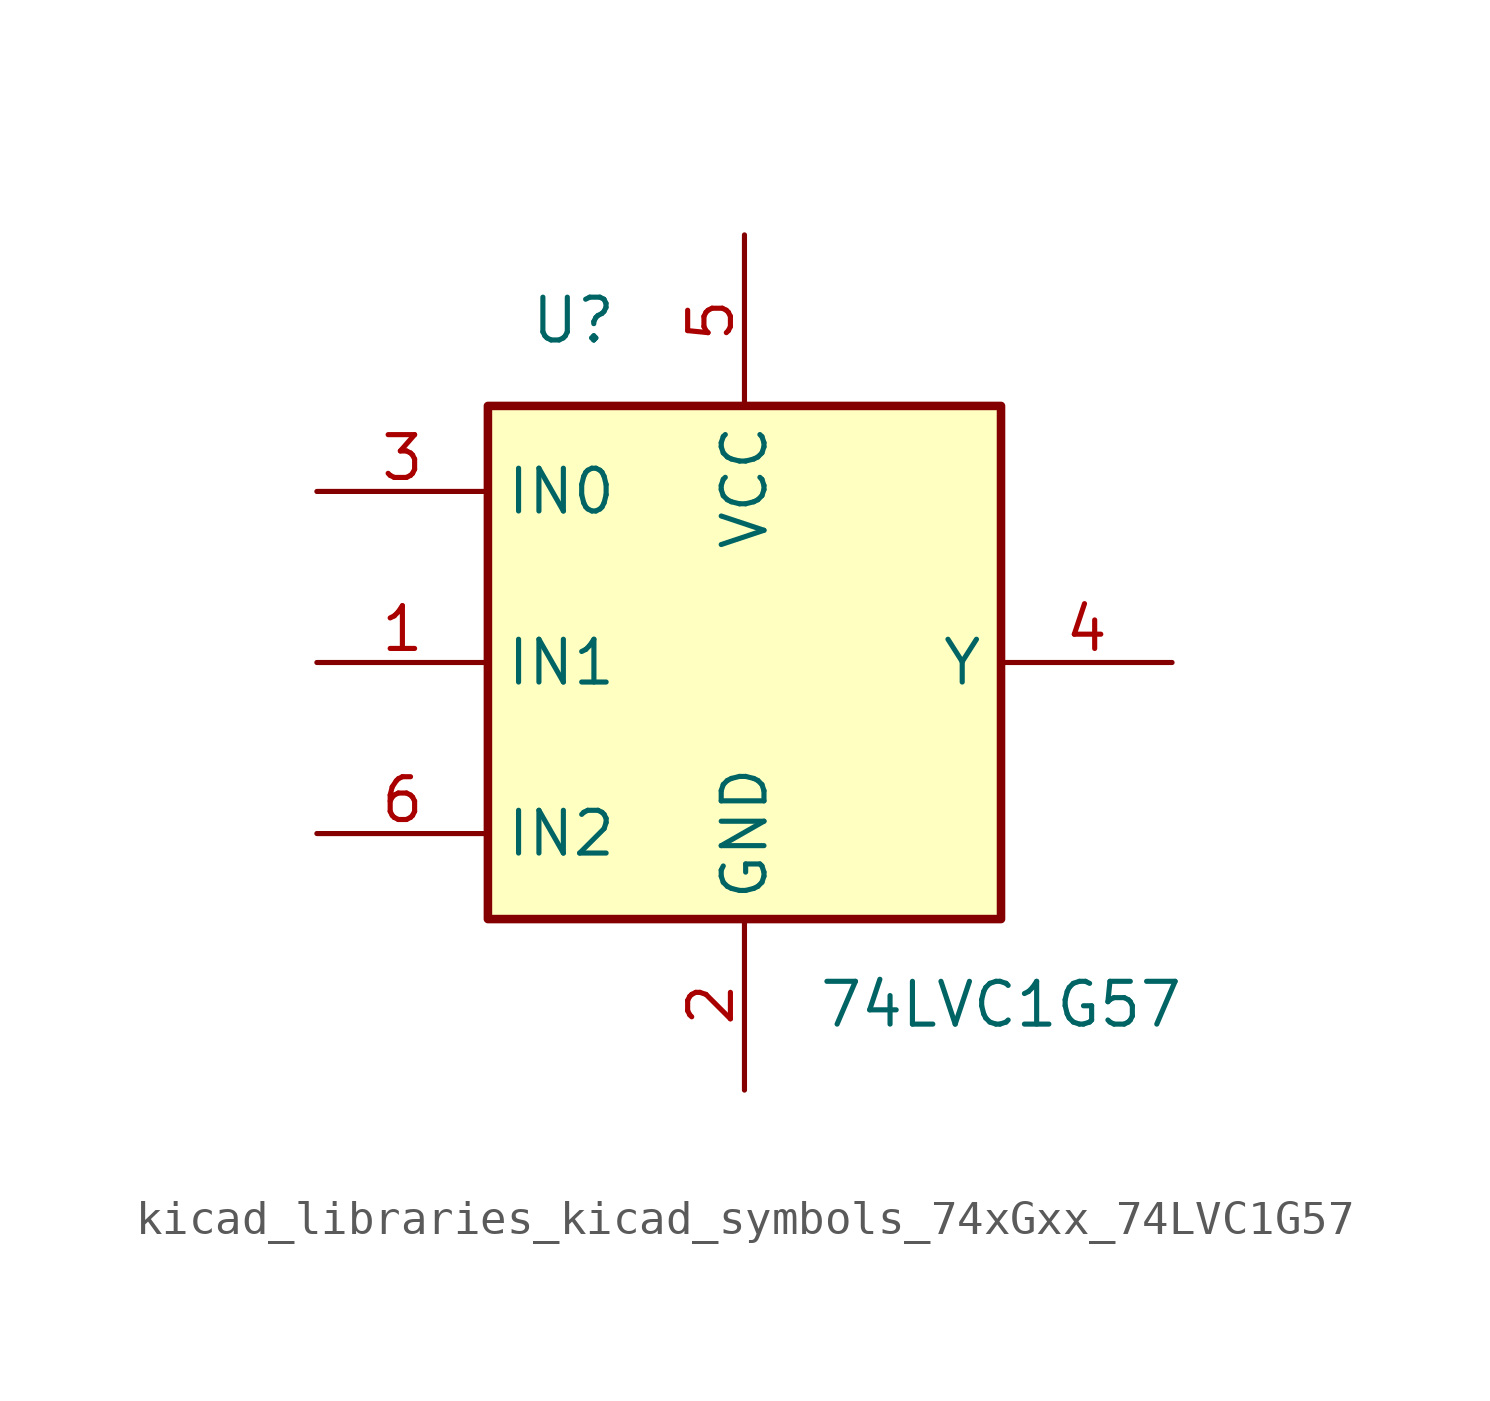
<source format=kicad_sym>
(kicad_symbol_lib
  (version 20220914)
  (generator kicad_symbol_editor)
  (symbol "kicad_libraries_kicad_symbols_74xGxx_74LVC1G57"
    (property "Reference" "U"
      (at -5.08 10.16 0)
      (effects (font (size 1.27 1.27))))
    (property "Value" "74LVC1G57"
      (at 7.62 -10.16 0)
      (effects (font (size 1.27 1.27))))
    (symbol "kicad_libraries_kicad_symbols_74xGxx_74LVC1G57_0_1"
      (rectangle (start -7.62 7.62) (end 7.62 -7.62) (stroke (width 0.254) (type default)) (fill (type background))))
    (symbol "kicad_libraries_kicad_symbols_74xGxx_74LVC1G57_1_1"
      (pin input line (at -12.7 0 0) (length 5.08) (name "IN1" (effects (font (size 1.27 1.27)))) (number "1" (effects (font (size 1.27 1.27)))))
      (pin power_in line (at 0 -12.7 90) (length 5.08) (name "GND" (effects (font (size 1.27 1.27)))) (number "2" (effects (font (size 1.27 1.27)))))
      (pin input line (at -12.7 5.08 0) (length 5.08) (name "IN0" (effects (font (size 1.27 1.27)))) (number "3" (effects (font (size 1.27 1.27)))))
      (pin output line (at 12.7 0 180) (length 5.08) (name "Y" (effects (font (size 1.27 1.27)))) (number "4" (effects (font (size 1.27 1.27)))))
      (pin power_in line (at 0 12.7 270) (length 5.08) (name "VCC" (effects (font (size 1.27 1.27)))) (number "5" (effects (font (size 1.27 1.27)))))
      (pin input line (at -12.7 -5.08 0) (length 5.08) (name "IN2" (effects (font (size 1.27 1.27)))) (number "6" (effects (font (size 1.27 1.27))))))))
</source>
